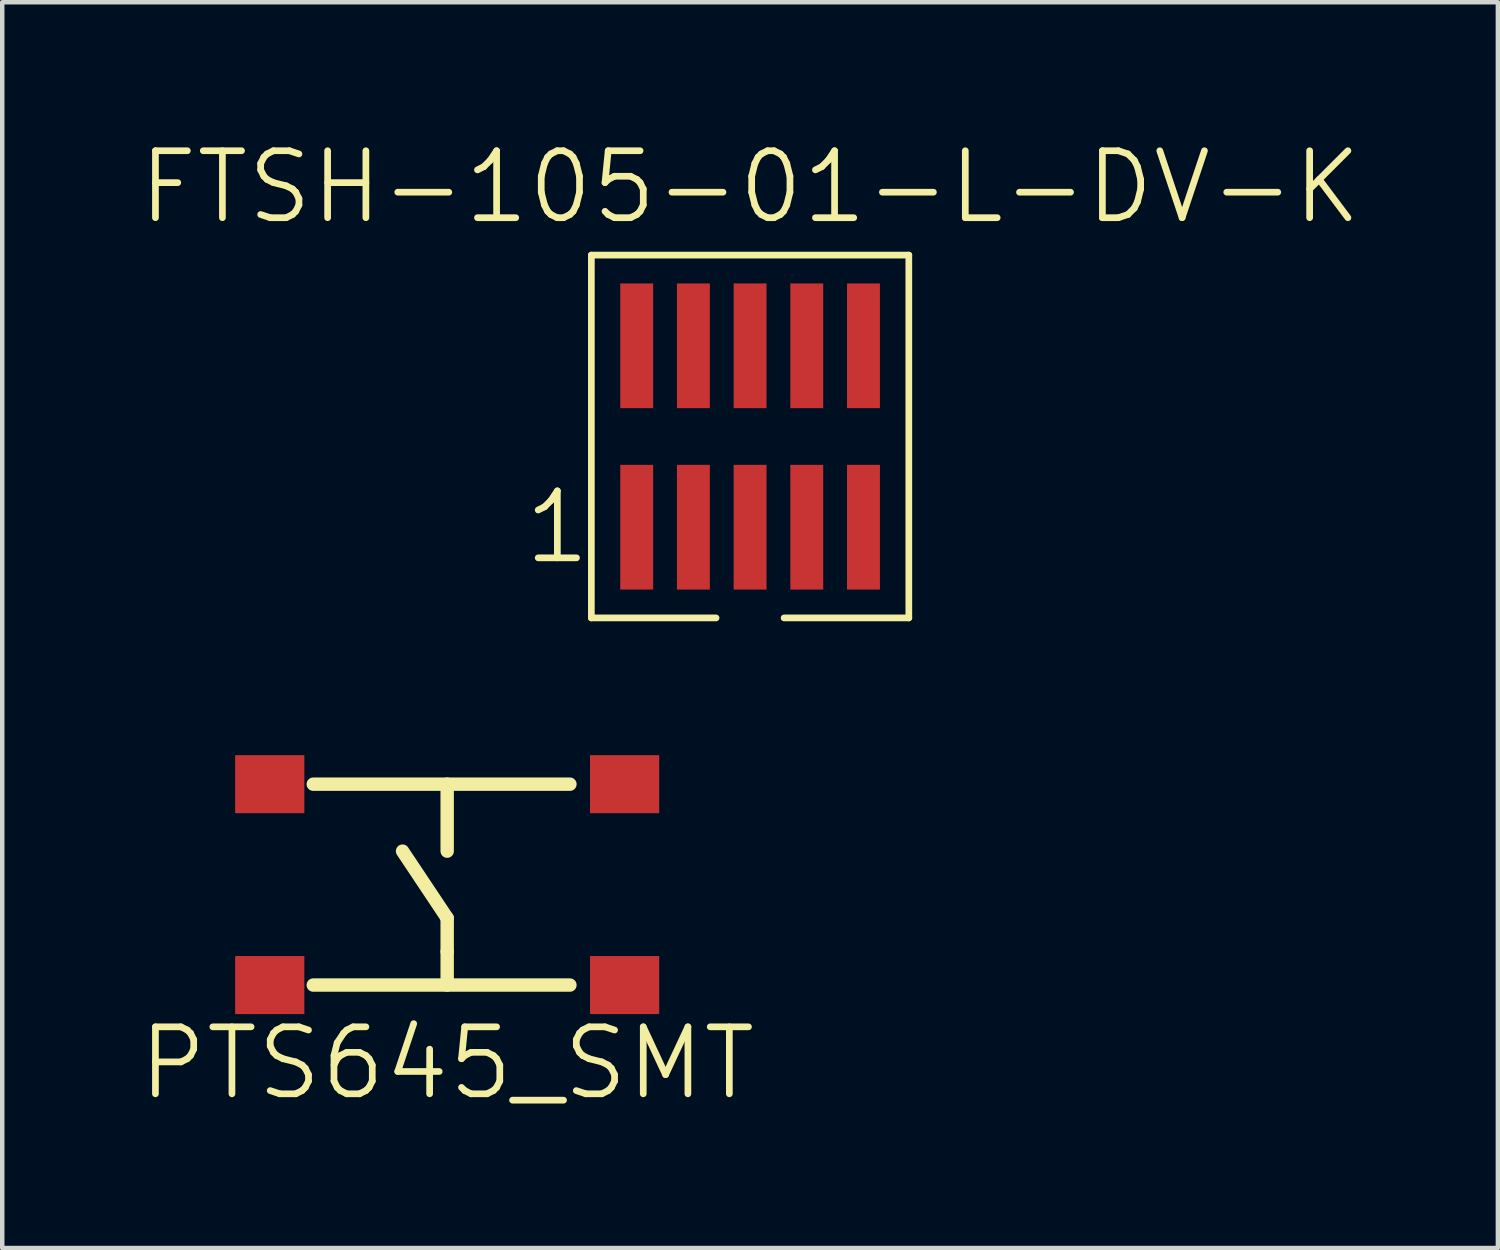
<source format=kicad_pcb>
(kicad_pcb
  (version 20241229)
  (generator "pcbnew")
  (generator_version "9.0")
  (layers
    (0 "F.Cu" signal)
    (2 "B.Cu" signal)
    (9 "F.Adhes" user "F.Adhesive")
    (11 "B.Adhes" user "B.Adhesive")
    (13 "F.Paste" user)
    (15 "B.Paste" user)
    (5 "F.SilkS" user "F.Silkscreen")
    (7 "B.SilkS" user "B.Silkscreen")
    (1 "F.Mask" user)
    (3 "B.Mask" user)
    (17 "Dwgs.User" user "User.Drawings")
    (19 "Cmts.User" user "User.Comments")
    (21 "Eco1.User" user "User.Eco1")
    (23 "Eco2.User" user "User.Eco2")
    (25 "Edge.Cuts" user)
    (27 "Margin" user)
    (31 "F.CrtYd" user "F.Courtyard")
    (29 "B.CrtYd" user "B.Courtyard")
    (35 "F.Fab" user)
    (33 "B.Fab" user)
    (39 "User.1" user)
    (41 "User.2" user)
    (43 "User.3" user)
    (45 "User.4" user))
  (footprint "PTS645_SMT"
    (layer "F.Cu")
    (at 6.968 16.768)
    (property "Reference" "PTS645_SMT" (at 0 4 0) (layer "F.SilkS") (effects (font (size 1.5 1.5) (thickness 0.15))))
    (attr through_hole)
    (fp_line (start -3 -2.25) (end 2.75 -2.25) (stroke (width 0.3) (type solid)) (layer "F.SilkS"))
    (fp_line (start -3 2.25) (end 2.75 2.25) (stroke (width 0.3) (type solid)) (layer "F.SilkS"))
    (fp_line (start 0 -0.75) (end 0 -2.25) (stroke (width 0.3) (type solid)) (layer "F.SilkS"))
    (fp_line (start 0 0.75) (end -1 -0.75) (stroke (width 0.3) (type solid)) (layer "F.SilkS"))
    (fp_line (start 0 1.5) (end 0 0.75) (stroke (width 0.3) (type solid)) (layer "F.SilkS"))
    (fp_line (start 0 2.25) (end 0 1.5) (stroke (width 0.3) (type solid)) (layer "F.SilkS"))
    (pad "1" smd rect (at -3.975 -2.25) (size 1.55 1.3) (layers "F.Cu" "F.Mask" "F.Paste"))
    (pad "2" smd rect (at 3.975 -2.25) (size 1.55 1.3) (layers "F.Cu" "F.Mask" "F.Paste"))
    (pad "3" smd rect (at -3.975 2.25) (size 1.55 1.3) (layers "F.Cu" "F.Mask" "F.Paste"))
    (pad "4" smd rect (at 3.975 2.25) (size 1.55 1.3) (layers "F.Cu" "F.Mask" "F.Paste")))
  (footprint "FTSH-105-01-L-DV-K"
    (layer "F.Cu")
    (at 11.214 8.761)
    (property "Reference" "FTSH-105-01-L-DV-K" (at 2.54 -7.62 0) (layer "F.SilkS") (effects (font (size 1.5 1.5) (thickness 0.15))))
    (attr through_hole)
    (fp_line (start -1.016 -6.096) (end 6.096 -6.096) (stroke (width 0.15) (type solid)) (layer "F.SilkS"))
    (fp_line (start -1.016 2.032) (end -1.016 -6.096) (stroke (width 0.15) (type solid)) (layer "F.SilkS"))
    (fp_line (start 1.778 2.032) (end -1.016 2.032) (stroke (width 0.15) (type solid)) (layer "F.SilkS"))
    (fp_line (start 3.302 2.032) (end 6.096 2.032) (stroke (width 0.15) (type solid)) (layer "F.SilkS"))
    (fp_line (start 6.096 -6.096) (end 6.096 2.032) (stroke (width 0.15) (type solid)) (layer "F.SilkS"))
    (fp_text user "1" (at -1.778 0 0) (layer "F.SilkS") (effects (font (size 1.5 1.5) (thickness 0.15))))
    (pad "1" smd rect (at 0 0) (size 0.737 2.794) (layers "F.Cu" "F.Mask" "F.Paste"))
    (pad "2" smd rect (at 0 -4.064) (size 0.737 2.794) (layers "F.Cu" "F.Mask" "F.Paste"))
    (pad "3" smd rect (at 1.27 0) (size 0.737 2.794) (layers "F.Cu" "F.Mask" "F.Paste"))
    (pad "4" smd rect (at 1.27 -4.064) (size 0.737 2.794) (layers "F.Cu" "F.Mask" "F.Paste"))
    (pad "5" smd rect (at 2.54 0) (size 0.737 2.794) (layers "F.Cu" "F.Mask" "F.Paste"))
    (pad "6" smd rect (at 2.54 -4.064) (size 0.737 2.794) (layers "F.Cu" "F.Mask" "F.Paste"))
    (pad "7" smd rect (at 3.81 0) (size 0.737 2.794) (layers "F.Cu" "F.Mask" "F.Paste"))
    (pad "8" smd rect (at 3.81 -4.064) (size 0.737 2.794) (layers "F.Cu" "F.Mask" "F.Paste"))
    (pad "9" smd rect (at 5.08 0) (size 0.737 2.794) (layers "F.Cu" "F.Mask" "F.Paste"))
    (pad "10" smd rect (at 5.08 -4.064) (size 0.737 2.794) (layers "F.Cu" "F.Mask" "F.Paste")))
  (gr_rect
    (start -3 -3)
    (end 30.507 24.909)
    (stroke (width 0.1) (type default))
    (fill no)
    (layer "Edge.Cuts")))
</source>
